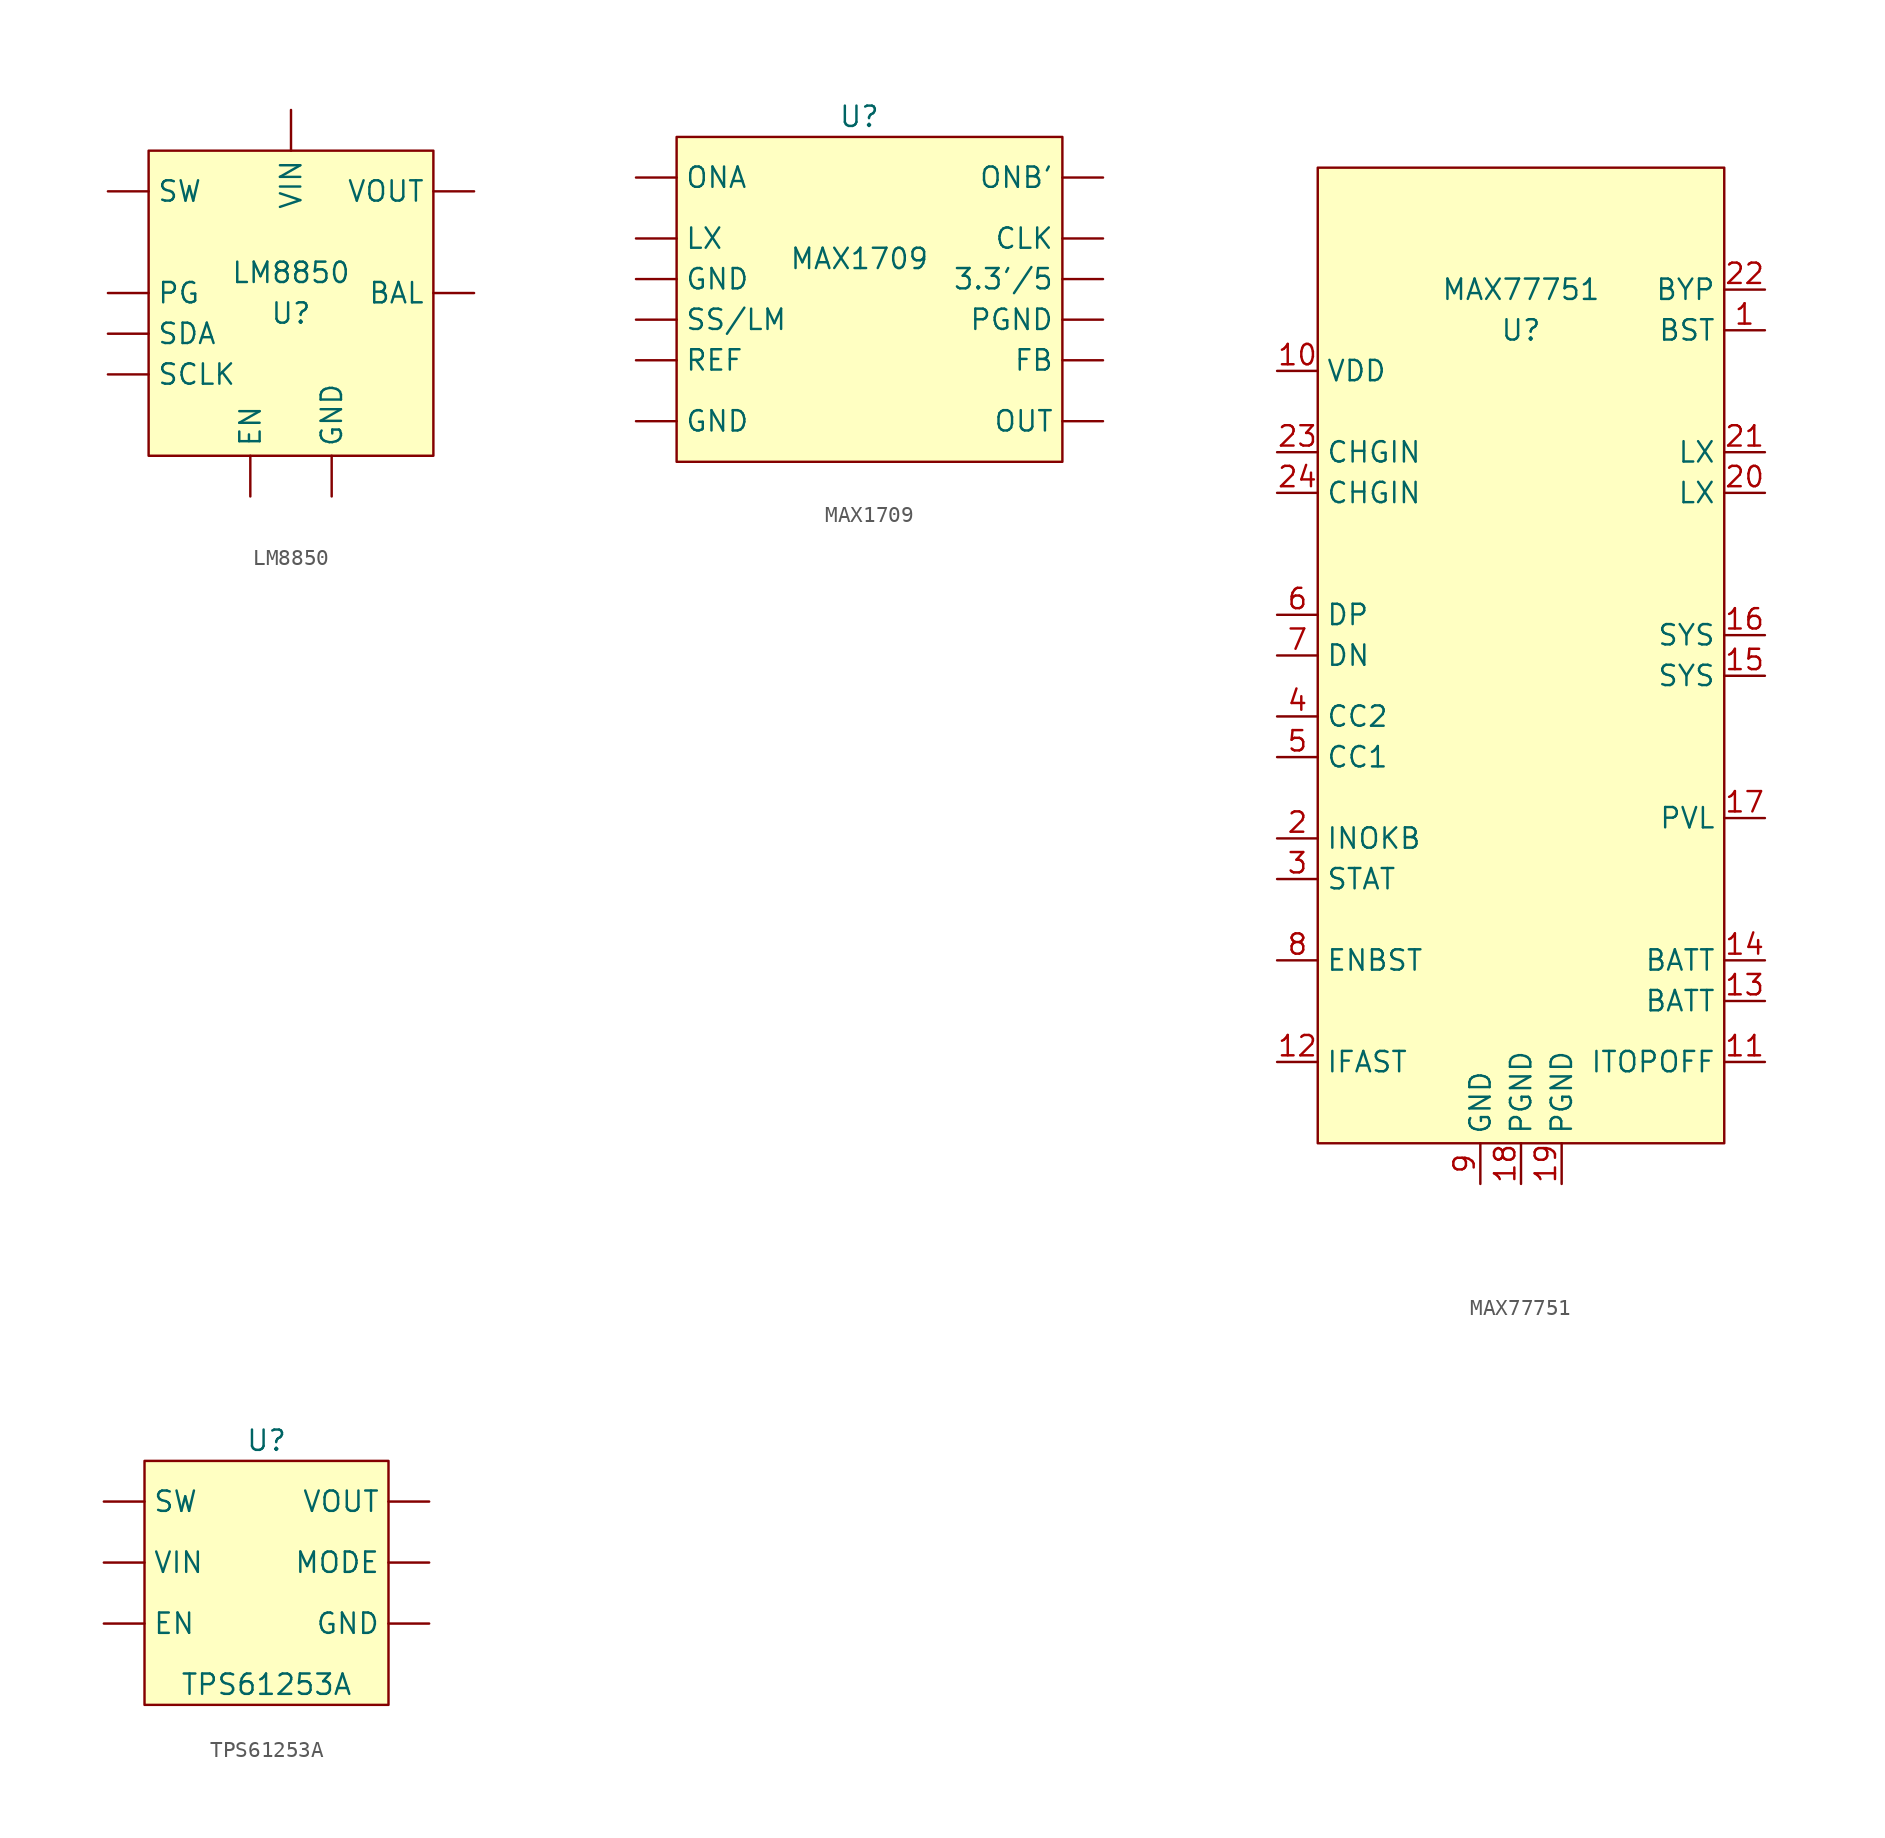
<source format=kicad_sym>
(kicad_symbol_lib
  (version 20211014)
  (generator kicad_symbol_editor)
  (symbol "LM8850"
    (property "Reference" "U"
      (at 0 -1.27 0)
      (effects (font (size 1.27 1.27))))
    (property "Value" "LM8850"
      (at 0 1.27 0)
      (effects (font (size 1.27 1.27))))
    (symbol "LM8850_0_1"
      (rectangle (start -8.89 8.89) (end 8.89 -10.16) (stroke (width 0.152) (type default) (color 0 0 0 0)) (fill (type background))))
    (symbol "LM8850_1_1"
      (pin input line (at 11.43 0 180) (length 2.54) (name "BAL" (effects (font (size 1.27 1.27)))) (number "" (effects (font (size 1.27 1.27)))))
      (pin input line (at -2.54 -12.7 90) (length 2.54) (name "EN" (effects (font (size 1.27 1.27)))) (number "" (effects (font (size 1.27 1.27)))))
      (pin input line (at 2.54 -12.7 90) (length 2.54) (name "GND" (effects (font (size 1.27 1.27)))) (number "" (effects (font (size 1.27 1.27)))))
      (pin bidirectional line (at -11.43 0 0) (length 2.54) (name "PG" (effects (font (size 1.27 1.27)))) (number "" (effects (font (size 1.27 1.27)))))
      (pin input line (at -11.43 -5.08 0) (length 2.54) (name "SCLK" (effects (font (size 1.27 1.27)))) (number "" (effects (font (size 1.27 1.27)))))
      (pin bidirectional line (at -11.43 -2.54 0) (length 2.54) (name "SDA" (effects (font (size 1.27 1.27)))) (number "" (effects (font (size 1.27 1.27)))))
      (pin bidirectional line (at -11.43 6.35 0) (length 2.54) (name "SW" (effects (font (size 1.27 1.27)))) (number "" (effects (font (size 1.27 1.27)))))
      (pin input line (at 0 11.43 270) (length 2.54) (name "VIN" (effects (font (size 1.27 1.27)))) (number "" (effects (font (size 1.27 1.27)))))
      (pin output line (at 11.43 6.35 180) (length 2.54) (name "VOUT" (effects (font (size 1.27 1.27)))) (number "" (effects (font (size 1.27 1.27)))))))
  (symbol "MAX1709"
    (property "Reference" "U"
      (at 0 12.7 0)
      (effects (font (size 1.27 1.27))))
    (property "Value" "MAX1709"
      (at 0 3.81 0)
      (effects (font (size 1.27 1.27))))
    (symbol "MAX1709_0_1"
      (rectangle (start -11.43 11.43) (end 12.7 -8.89) (stroke (width 0.152) (type default) (color 0 0 0 0)) (fill (type background))))
    (symbol "MAX1709_1_1"
      (pin input line (at 15.24 2.54 180) (length 2.54) (name "3.3'/5" (effects (font (size 1.27 1.27)))) (number "" (effects (font (size 1.27 1.27)))))
      (pin input line (at 15.24 5.08 180) (length 2.54) (name "CLK" (effects (font (size 1.27 1.27)))) (number "" (effects (font (size 1.27 1.27)))))
      (pin input line (at 15.24 -2.54 180) (length 2.54) (name "FB" (effects (font (size 1.27 1.27)))) (number "" (effects (font (size 1.27 1.27)))))
      (pin input line (at -13.97 -6.35 0) (length 2.54) (name "GND" (effects (font (size 1.27 1.27)))) (number "" (effects (font (size 1.27 1.27)))))
      (pin input line (at -13.97 2.54 0) (length 2.54) (name "GND" (effects (font (size 1.27 1.27)))) (number "" (effects (font (size 1.27 1.27)))))
      (pin input line (at -13.97 5.08 0) (length 2.54) (name "LX" (effects (font (size 1.27 1.27)))) (number "" (effects (font (size 1.27 1.27)))))
      (pin input line (at -13.97 8.89 0) (length 2.54) (name "ONA" (effects (font (size 1.27 1.27)))) (number "" (effects (font (size 1.27 1.27)))))
      (pin input line (at 15.24 8.89 180) (length 2.54) (name "ONB'" (effects (font (size 1.27 1.27)))) (number "" (effects (font (size 1.27 1.27)))))
      (pin input line (at 15.24 -6.35 180) (length 2.54) (name "OUT" (effects (font (size 1.27 1.27)))) (number "" (effects (font (size 1.27 1.27)))))
      (pin input line (at 15.24 0 180) (length 2.54) (name "PGND" (effects (font (size 1.27 1.27)))) (number "" (effects (font (size 1.27 1.27)))))
      (pin input line (at -13.97 -2.54 0) (length 2.54) (name "REF" (effects (font (size 1.27 1.27)))) (number "" (effects (font (size 1.27 1.27)))))
      (pin input line (at -13.97 0 0) (length 2.54) (name "SS/LM" (effects (font (size 1.27 1.27)))) (number "" (effects (font (size 1.27 1.27)))))))
  (symbol "MAX77751"
    (property "Reference" "U"
      (at 0 3.81 0)
      (effects (font (size 1.27 1.27))))
    (property "Value" "MAX77751"
      (at 0 6.35 0)
      (effects (font (size 1.27 1.27))))
    (symbol "MAX77751_0_1"
      (rectangle (start -12.7 13.97) (end 12.7 -46.99) (stroke (width 0.152) (type default) (color 0 0 0 0)) (fill (type background))))
    (symbol "MAX77751_1_1"
      (pin input line (at 15.24 3.81 180) (length 2.54) (name "BST" (effects (font (size 1.27 1.27)))) (number "1" (effects (font (size 1.27 1.27)))))
      (pin power_in line (at -15.24 1.27 0) (length 2.54) (name "VDD" (effects (font (size 1.27 1.27)))) (number "10" (effects (font (size 1.27 1.27)))))
      (pin input line (at 15.24 -41.91 180) (length 2.54) (name "ITOPOFF" (effects (font (size 1.27 1.27)))) (number "11" (effects (font (size 1.27 1.27)))))
      (pin input line (at -15.24 -41.91 0) (length 2.54) (name "IFAST" (effects (font (size 1.27 1.27)))) (number "12" (effects (font (size 1.27 1.27)))))
      (pin power_in line (at 15.24 -38.1 180) (length 2.54) (name "BATT" (effects (font (size 1.27 1.27)))) (number "13" (effects (font (size 1.27 1.27)))))
      (pin power_in line (at 15.24 -35.56 180) (length 2.54) (name "BATT" (effects (font (size 1.27 1.27)))) (number "14" (effects (font (size 1.27 1.27)))))
      (pin power_out line (at 15.24 -17.78 180) (length 2.54) (name "SYS" (effects (font (size 1.27 1.27)))) (number "15" (effects (font (size 1.27 1.27)))))
      (pin power_out line (at 15.24 -15.24 180) (length 2.54) (name "SYS" (effects (font (size 1.27 1.27)))) (number "16" (effects (font (size 1.27 1.27)))))
      (pin input line (at 15.24 -26.67 180) (length 2.54) (name "PVL" (effects (font (size 1.27 1.27)))) (number "17" (effects (font (size 1.27 1.27)))))
      (pin power_in line (at 0 -49.53 90) (length 2.54) (name "PGND" (effects (font (size 1.27 1.27)))) (number "18" (effects (font (size 1.27 1.27)))))
      (pin power_in line (at 2.54 -49.53 90) (length 2.54) (name "PGND" (effects (font (size 1.27 1.27)))) (number "19" (effects (font (size 1.27 1.27)))))
      (pin output line (at -15.24 -27.94 0) (length 2.54) (name "INOKB" (effects (font (size 1.27 1.27)))) (number "2" (effects (font (size 1.27 1.27)))))
      (pin input line (at 15.24 -6.35 180) (length 2.54) (name "LX" (effects (font (size 1.27 1.27)))) (number "20" (effects (font (size 1.27 1.27)))))
      (pin input line (at 15.24 -3.81 180) (length 2.54) (name "LX" (effects (font (size 1.27 1.27)))) (number "21" (effects (font (size 1.27 1.27)))))
      (pin input line (at 15.24 6.35 180) (length 2.54) (name "BYP" (effects (font (size 1.27 1.27)))) (number "22" (effects (font (size 1.27 1.27)))))
      (pin power_in line (at -15.24 -3.81 0) (length 2.54) (name "CHGIN" (effects (font (size 1.27 1.27)))) (number "23" (effects (font (size 1.27 1.27)))))
      (pin power_in line (at -15.24 -6.35 0) (length 2.54) (name "CHGIN" (effects (font (size 1.27 1.27)))) (number "24" (effects (font (size 1.27 1.27)))))
      (pin output line (at -15.24 -30.48 0) (length 2.54) (name "STAT" (effects (font (size 1.27 1.27)))) (number "3" (effects (font (size 1.27 1.27)))))
      (pin input line (at -15.24 -20.32 0) (length 2.54) (name "CC2" (effects (font (size 1.27 1.27)))) (number "4" (effects (font (size 1.27 1.27)))))
      (pin input line (at -15.24 -22.86 0) (length 2.54) (name "CC1" (effects (font (size 1.27 1.27)))) (number "5" (effects (font (size 1.27 1.27)))))
      (pin input line (at -15.24 -13.97 0) (length 2.54) (name "DP" (effects (font (size 1.27 1.27)))) (number "6" (effects (font (size 1.27 1.27)))))
      (pin input line (at -15.24 -16.51 0) (length 2.54) (name "DN" (effects (font (size 1.27 1.27)))) (number "7" (effects (font (size 1.27 1.27)))))
      (pin input line (at -15.24 -35.56 0) (length 2.54) (name "ENBST" (effects (font (size 1.27 1.27)))) (number "8" (effects (font (size 1.27 1.27)))))
      (pin power_in line (at -2.54 -49.53 90) (length 2.54) (name "GND" (effects (font (size 1.27 1.27)))) (number "9" (effects (font (size 1.27 1.27)))))))
  (symbol "TPS61253A"
    (property "Reference" "U"
      (at 0 11.43 0)
      (effects (font (size 1.27 1.27))))
    (property "Value" "TPS61253A"
      (at 0 -3.81 0)
      (effects (font (size 1.27 1.27))))
    (symbol "TPS61253A_0_1"
      (rectangle (start -7.62 10.16) (end 7.62 -5.08) (stroke (width 0.152) (type default) (color 0 0 0 0)) (fill (type background))))
    (symbol "TPS61253A_1_1"
      (pin bidirectional line (at -10.16 0 0) (length 2.54) (name "EN" (effects (font (size 1.27 1.27)))) (number "" (effects (font (size 1.27 1.27)))))
      (pin bidirectional line (at 10.16 0 180) (length 2.54) (name "GND" (effects (font (size 1.27 1.27)))) (number "" (effects (font (size 1.27 1.27)))))
      (pin bidirectional line (at 10.16 3.81 180) (length 2.54) (name "MODE" (effects (font (size 1.27 1.27)))) (number "" (effects (font (size 1.27 1.27)))))
      (pin bidirectional line (at -10.16 7.62 0) (length 2.54) (name "SW" (effects (font (size 1.27 1.27)))) (number "" (effects (font (size 1.27 1.27)))))
      (pin bidirectional line (at -10.16 3.81 0) (length 2.54) (name "VIN" (effects (font (size 1.27 1.27)))) (number "" (effects (font (size 1.27 1.27)))))
      (pin bidirectional line (at 10.16 7.62 180) (length 2.54) (name "VOUT" (effects (font (size 1.27 1.27)))) (number "" (effects (font (size 1.27 1.27))))))))
</source>
